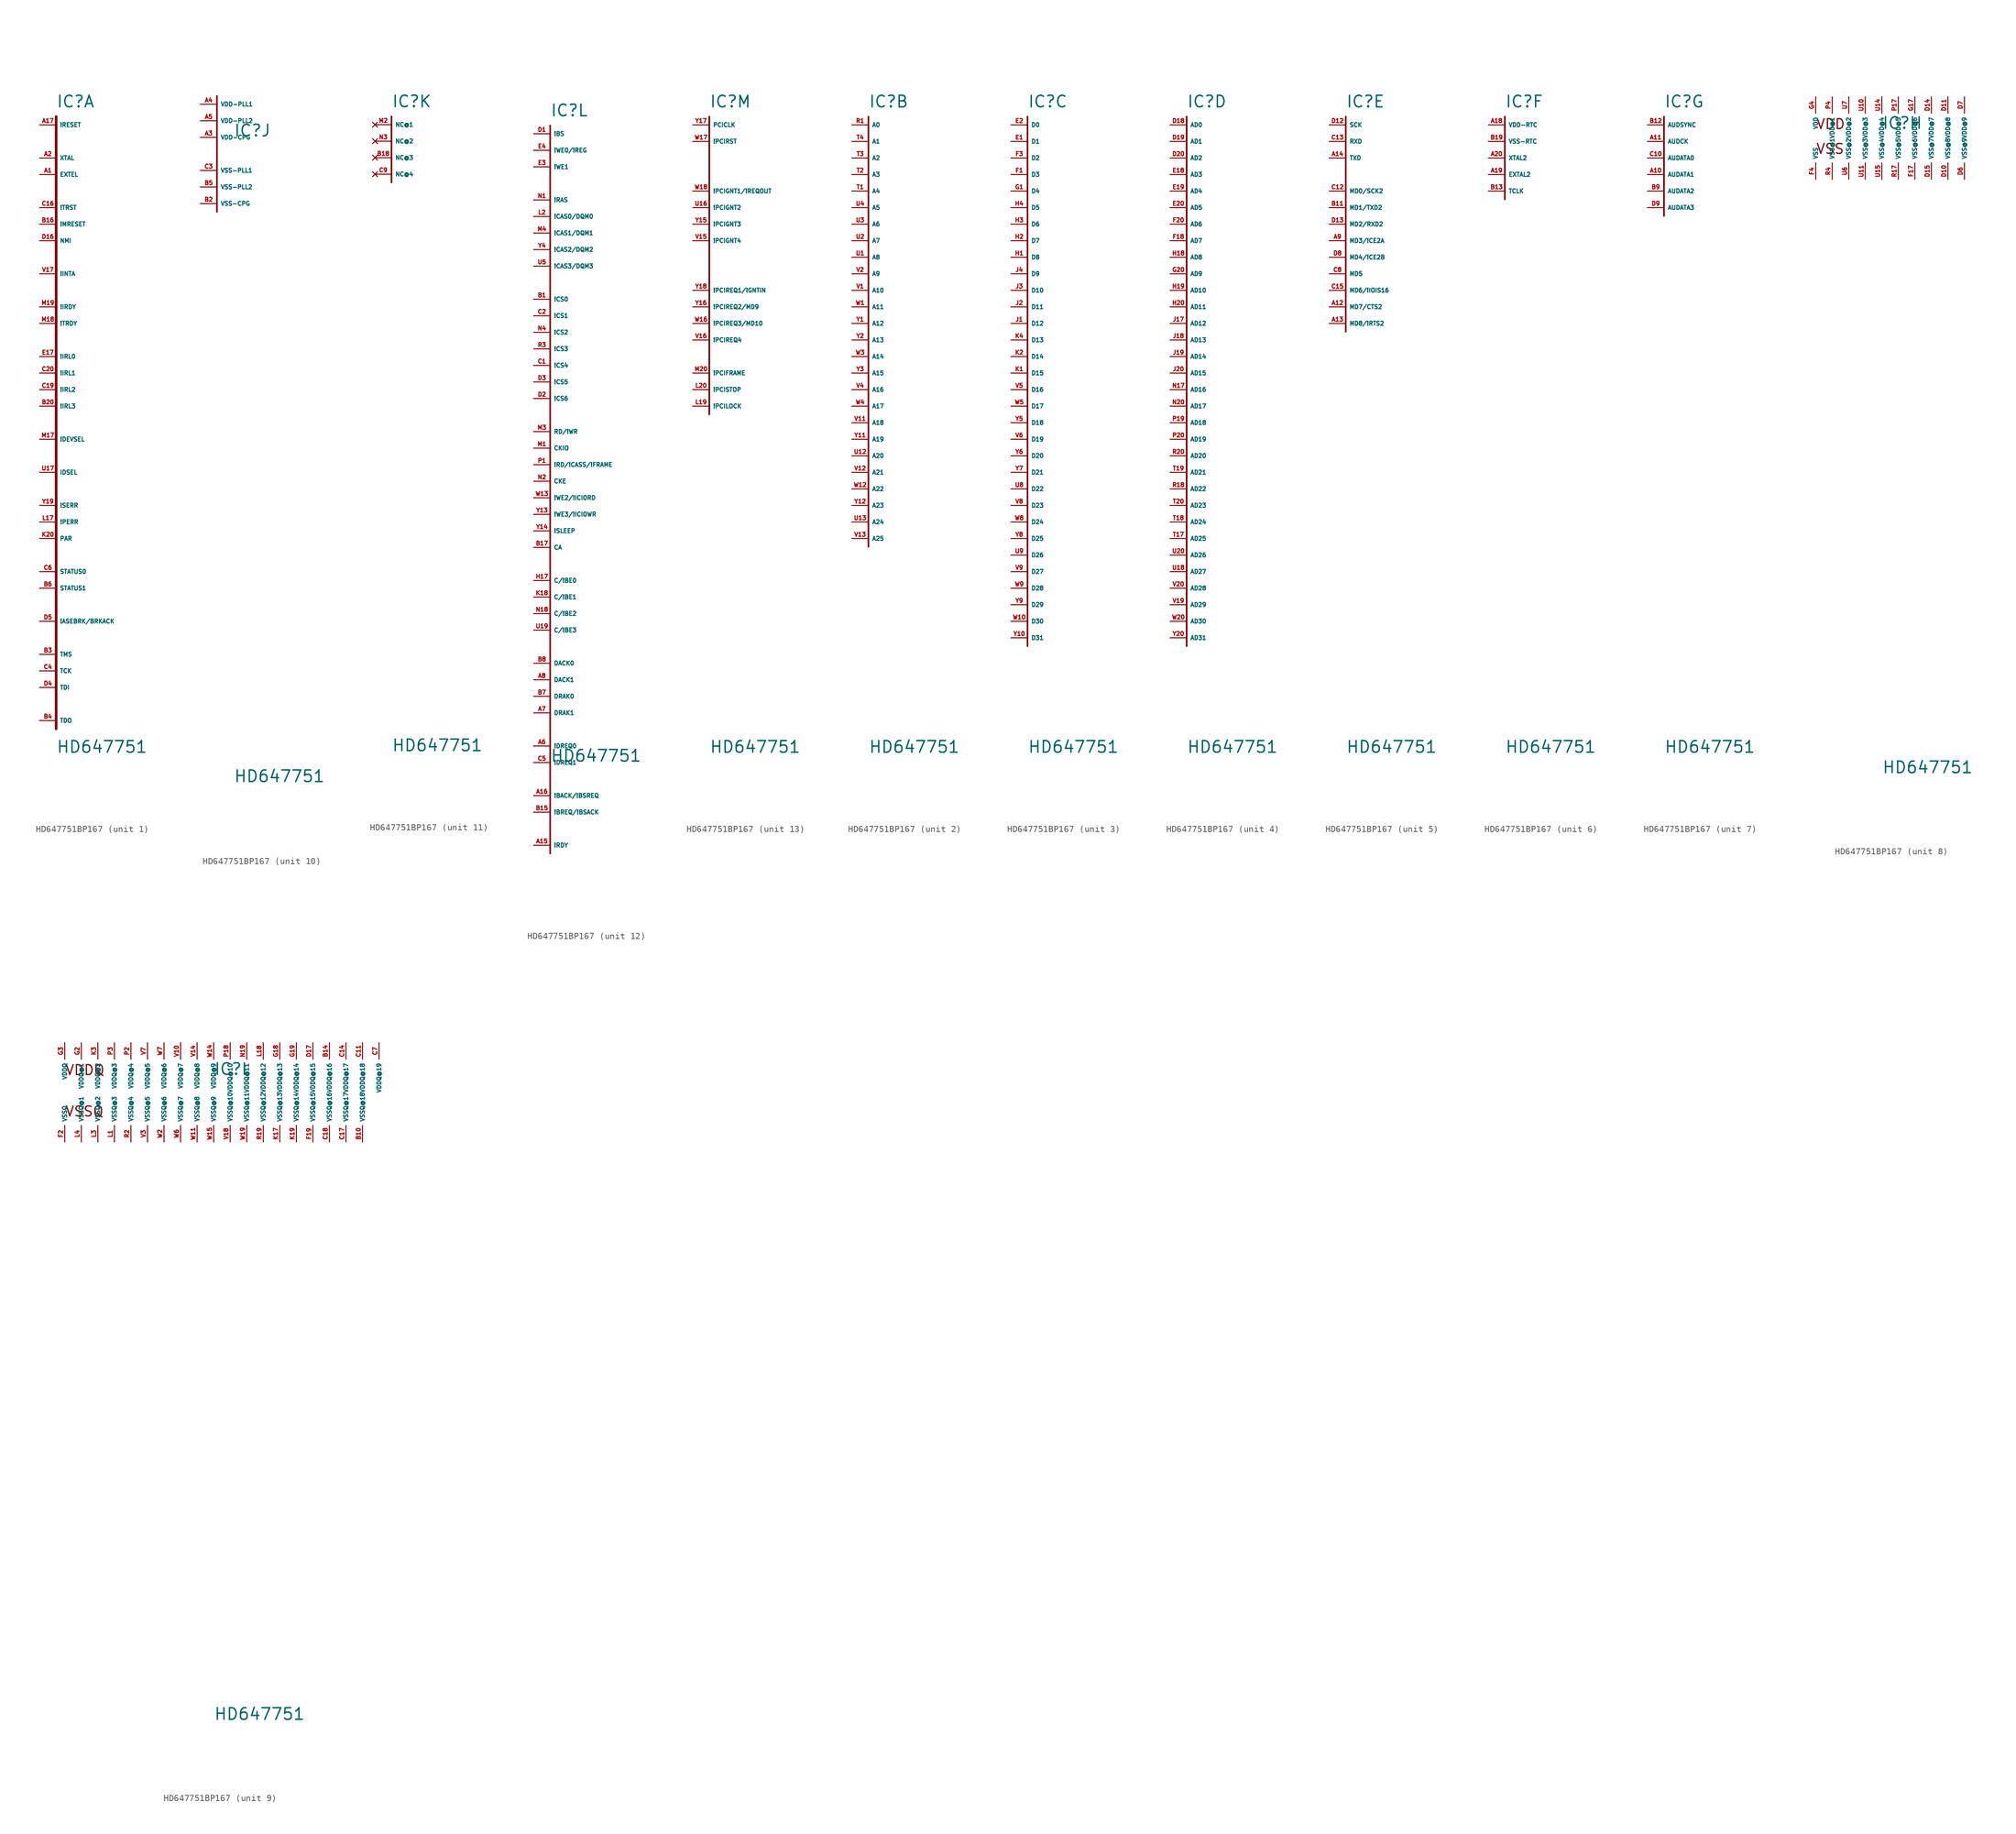
<source format=kicad_sym>
(kicad_symbol_lib
  (version 20220914)
  (generator Eagle2Kicad)
  (symbol "HD647751BP167"
    (property "Reference" "IC"
      (at 0 2.54 0)
      (effects (font (size 1.778 1.778) (thickness 0.22)) (justify left bottom)))
    (property "Value" "HD647751"
      (at 0 -96.52 0)
      (effects (font (size 1.778 1.778) (thickness 0.22)) (justify left bottom)))
    (symbol "HD647751BP167_1_0"
      (polyline (pts (xy 0 1.27) (xy 0 -92.71)) (stroke (width 0.406) (type default)) (fill (type none)))
      (pin input line (at -2.54 -81.28 0) (length 2.54) (name "TMS" (effects (font (size 0.635 0.635) (thickness 0.08)) (justify left bottom))) (number "B3" (effects (font (size 0.635 0.635) (thickness 0.08)) (justify left bottom))))
      (pin input line (at -2.54 -83.82 0) (length 2.54) (name "TCK" (effects (font (size 0.635 0.635) (thickness 0.08)) (justify left bottom))) (number "C4" (effects (font (size 0.635 0.635) (thickness 0.08)) (justify left bottom))))
      (pin input line (at -2.54 -86.36 0) (length 2.54) (name "TDI" (effects (font (size 0.635 0.635) (thickness 0.08)) (justify left bottom))) (number "D4" (effects (font (size 0.635 0.635) (thickness 0.08)) (justify left bottom))))
      (pin input line (at -2.54 -53.34 0) (length 2.54) (name "IDSEL" (effects (font (size 0.635 0.635) (thickness 0.08)) (justify left bottom))) (number "U17" (effects (font (size 0.635 0.635) (thickness 0.08)) (justify left bottom))))
      (pin output line (at -2.54 -22.86 0) (length 2.54) (name "!INTA" (effects (font (size 0.635 0.635) (thickness 0.08)) (justify left bottom))) (number "V17" (effects (font (size 0.635 0.635) (thickness 0.08)) (justify left bottom))))
      (pin bidirectional line (at -2.54 -58.42 0) (length 2.54) (name "!SERR" (effects (font (size 0.635 0.635) (thickness 0.08)) (justify left bottom))) (number "Y19" (effects (font (size 0.635 0.635) (thickness 0.08)) (justify left bottom))))
      (pin bidirectional line (at -2.54 -27.94 0) (length 2.54) (name "!IRDY" (effects (font (size 0.635 0.635) (thickness 0.08)) (justify left bottom))) (number "M19" (effects (font (size 0.635 0.635) (thickness 0.08)) (justify left bottom))))
      (pin bidirectional line (at -2.54 -30.48 0) (length 2.54) (name "!TRDY" (effects (font (size 0.635 0.635) (thickness 0.08)) (justify left bottom))) (number "M18" (effects (font (size 0.635 0.635) (thickness 0.08)) (justify left bottom))))
      (pin bidirectional line (at -2.54 -48.26 0) (length 2.54) (name "!DEVSEL" (effects (font (size 0.635 0.635) (thickness 0.08)) (justify left bottom))) (number "M17" (effects (font (size 0.635 0.635) (thickness 0.08)) (justify left bottom))))
      (pin bidirectional line (at -2.54 -60.96 0) (length 2.54) (name "!PERR" (effects (font (size 0.635 0.635) (thickness 0.08)) (justify left bottom))) (number "L17" (effects (font (size 0.635 0.635) (thickness 0.08)) (justify left bottom))))
      (pin bidirectional line (at -2.54 -63.5 0) (length 2.54) (name "PAR" (effects (font (size 0.635 0.635) (thickness 0.08)) (justify left bottom))) (number "K20" (effects (font (size 0.635 0.635) (thickness 0.08)) (justify left bottom))))
      (pin input line (at -2.54 -35.56 0) (length 2.54) (name "!IRL0" (effects (font (size 0.635 0.635) (thickness 0.08)) (justify left bottom))) (number "E17" (effects (font (size 0.635 0.635) (thickness 0.08)) (justify left bottom))))
      (pin input line (at -2.54 -38.1 0) (length 2.54) (name "!IRL1" (effects (font (size 0.635 0.635) (thickness 0.08)) (justify left bottom))) (number "C20" (effects (font (size 0.635 0.635) (thickness 0.08)) (justify left bottom))))
      (pin input line (at -2.54 -40.64 0) (length 2.54) (name "!IRL2" (effects (font (size 0.635 0.635) (thickness 0.08)) (justify left bottom))) (number "C19" (effects (font (size 0.635 0.635) (thickness 0.08)) (justify left bottom))))
      (pin input line (at -2.54 -43.18 0) (length 2.54) (name "!IRL3" (effects (font (size 0.635 0.635) (thickness 0.08)) (justify left bottom))) (number "B20" (effects (font (size 0.635 0.635) (thickness 0.08)) (justify left bottom))))
      (pin input line (at -2.54 0 0) (length 2.54) (name "!RESET" (effects (font (size 0.635 0.635) (thickness 0.08)) (justify left bottom))) (number "A17" (effects (font (size 0.635 0.635) (thickness 0.08)) (justify left bottom))))
      (pin input line (at -2.54 -12.7 0) (length 2.54) (name "!TRST" (effects (font (size 0.635 0.635) (thickness 0.08)) (justify left bottom))) (number "C16" (effects (font (size 0.635 0.635) (thickness 0.08)) (justify left bottom))))
      (pin input line (at -2.54 -15.24 0) (length 2.54) (name "!MRESET" (effects (font (size 0.635 0.635) (thickness 0.08)) (justify left bottom))) (number "B16" (effects (font (size 0.635 0.635) (thickness 0.08)) (justify left bottom))))
      (pin input line (at -2.54 -17.78 0) (length 2.54) (name "NMI" (effects (font (size 0.635 0.635) (thickness 0.08)) (justify left bottom))) (number "D16" (effects (font (size 0.635 0.635) (thickness 0.08)) (justify left bottom))))
      (pin output line (at -2.54 -68.58 0) (length 2.54) (name "STATUS0" (effects (font (size 0.635 0.635) (thickness 0.08)) (justify left bottom))) (number "C6" (effects (font (size 0.635 0.635) (thickness 0.08)) (justify left bottom))))
      (pin output line (at -2.54 -71.12 0) (length 2.54) (name "STATUS1" (effects (font (size 0.635 0.635) (thickness 0.08)) (justify left bottom))) (number "B6" (effects (font (size 0.635 0.635) (thickness 0.08)) (justify left bottom))))
      (pin bidirectional line (at -2.54 -76.2 0) (length 2.54) (name "!ASEBRK/BRKACK" (effects (font (size 0.635 0.635) (thickness 0.08)) (justify left bottom))) (number "D5" (effects (font (size 0.635 0.635) (thickness 0.08)) (justify left bottom))))
      (pin output line (at -2.54 -91.44 0) (length 2.54) (name "TDO" (effects (font (size 0.635 0.635) (thickness 0.08)) (justify left bottom))) (number "B4" (effects (font (size 0.635 0.635) (thickness 0.08)) (justify left bottom))))
      (pin output line (at -2.54 -5.08 0) (length 2.54) (name "XTAL" (effects (font (size 0.635 0.635) (thickness 0.08)) (justify left bottom))) (number "A2" (effects (font (size 0.635 0.635) (thickness 0.08)) (justify left bottom))))
      (pin input line (at -2.54 -7.62 0) (length 2.54) (name "EXTEL" (effects (font (size 0.635 0.635) (thickness 0.08)) (justify left bottom))) (number "A1" (effects (font (size 0.635 0.635) (thickness 0.08)) (justify left bottom)))))
    (symbol "HD647751BP167_2_0"
      (polyline (pts (xy 0 1.27) (xy 0 -64.77)) (stroke (width 0.254) (type default)) (fill (type none)))
      (pin output line (at -2.54 0 0) (length 2.54) (name "A0" (effects (font (size 0.635 0.635) (thickness 0.08)) (justify left bottom))) (number "R1" (effects (font (size 0.635 0.635) (thickness 0.08)) (justify left bottom))))
      (pin output line (at -2.54 -2.54 0) (length 2.54) (name "A1" (effects (font (size 0.635 0.635) (thickness 0.08)) (justify left bottom))) (number "T4" (effects (font (size 0.635 0.635) (thickness 0.08)) (justify left bottom))))
      (pin output line (at -2.54 -5.08 0) (length 2.54) (name "A2" (effects (font (size 0.635 0.635) (thickness 0.08)) (justify left bottom))) (number "T3" (effects (font (size 0.635 0.635) (thickness 0.08)) (justify left bottom))))
      (pin output line (at -2.54 -7.62 0) (length 2.54) (name "A3" (effects (font (size 0.635 0.635) (thickness 0.08)) (justify left bottom))) (number "T2" (effects (font (size 0.635 0.635) (thickness 0.08)) (justify left bottom))))
      (pin output line (at -2.54 -10.16 0) (length 2.54) (name "A4" (effects (font (size 0.635 0.635) (thickness 0.08)) (justify left bottom))) (number "T1" (effects (font (size 0.635 0.635) (thickness 0.08)) (justify left bottom))))
      (pin output line (at -2.54 -12.7 0) (length 2.54) (name "A5" (effects (font (size 0.635 0.635) (thickness 0.08)) (justify left bottom))) (number "U4" (effects (font (size 0.635 0.635) (thickness 0.08)) (justify left bottom))))
      (pin output line (at -2.54 -15.24 0) (length 2.54) (name "A6" (effects (font (size 0.635 0.635) (thickness 0.08)) (justify left bottom))) (number "U3" (effects (font (size 0.635 0.635) (thickness 0.08)) (justify left bottom))))
      (pin output line (at -2.54 -17.78 0) (length 2.54) (name "A7" (effects (font (size 0.635 0.635) (thickness 0.08)) (justify left bottom))) (number "U2" (effects (font (size 0.635 0.635) (thickness 0.08)) (justify left bottom))))
      (pin output line (at -2.54 -20.32 0) (length 2.54) (name "A8" (effects (font (size 0.635 0.635) (thickness 0.08)) (justify left bottom))) (number "U1" (effects (font (size 0.635 0.635) (thickness 0.08)) (justify left bottom))))
      (pin output line (at -2.54 -22.86 0) (length 2.54) (name "A9" (effects (font (size 0.635 0.635) (thickness 0.08)) (justify left bottom))) (number "V2" (effects (font (size 0.635 0.635) (thickness 0.08)) (justify left bottom))))
      (pin output line (at -2.54 -25.4 0) (length 2.54) (name "A10" (effects (font (size 0.635 0.635) (thickness 0.08)) (justify left bottom))) (number "V1" (effects (font (size 0.635 0.635) (thickness 0.08)) (justify left bottom))))
      (pin output line (at -2.54 -27.94 0) (length 2.54) (name "A11" (effects (font (size 0.635 0.635) (thickness 0.08)) (justify left bottom))) (number "W1" (effects (font (size 0.635 0.635) (thickness 0.08)) (justify left bottom))))
      (pin output line (at -2.54 -30.48 0) (length 2.54) (name "A12" (effects (font (size 0.635 0.635) (thickness 0.08)) (justify left bottom))) (number "Y1" (effects (font (size 0.635 0.635) (thickness 0.08)) (justify left bottom))))
      (pin output line (at -2.54 -33.02 0) (length 2.54) (name "A13" (effects (font (size 0.635 0.635) (thickness 0.08)) (justify left bottom))) (number "Y2" (effects (font (size 0.635 0.635) (thickness 0.08)) (justify left bottom))))
      (pin output line (at -2.54 -35.56 0) (length 2.54) (name "A14" (effects (font (size 0.635 0.635) (thickness 0.08)) (justify left bottom))) (number "W3" (effects (font (size 0.635 0.635) (thickness 0.08)) (justify left bottom))))
      (pin output line (at -2.54 -38.1 0) (length 2.54) (name "A15" (effects (font (size 0.635 0.635) (thickness 0.08)) (justify left bottom))) (number "Y3" (effects (font (size 0.635 0.635) (thickness 0.08)) (justify left bottom))))
      (pin output line (at -2.54 -40.64 0) (length 2.54) (name "A16" (effects (font (size 0.635 0.635) (thickness 0.08)) (justify left bottom))) (number "V4" (effects (font (size 0.635 0.635) (thickness 0.08)) (justify left bottom))))
      (pin output line (at -2.54 -43.18 0) (length 2.54) (name "A17" (effects (font (size 0.635 0.635) (thickness 0.08)) (justify left bottom))) (number "W4" (effects (font (size 0.635 0.635) (thickness 0.08)) (justify left bottom))))
      (pin output line (at -2.54 -45.72 0) (length 2.54) (name "A18" (effects (font (size 0.635 0.635) (thickness 0.08)) (justify left bottom))) (number "V11" (effects (font (size 0.635 0.635) (thickness 0.08)) (justify left bottom))))
      (pin output line (at -2.54 -48.26 0) (length 2.54) (name "A19" (effects (font (size 0.635 0.635) (thickness 0.08)) (justify left bottom))) (number "Y11" (effects (font (size 0.635 0.635) (thickness 0.08)) (justify left bottom))))
      (pin output line (at -2.54 -50.8 0) (length 2.54) (name "A20" (effects (font (size 0.635 0.635) (thickness 0.08)) (justify left bottom))) (number "U12" (effects (font (size 0.635 0.635) (thickness 0.08)) (justify left bottom))))
      (pin output line (at -2.54 -53.34 0) (length 2.54) (name "A21" (effects (font (size 0.635 0.635) (thickness 0.08)) (justify left bottom))) (number "V12" (effects (font (size 0.635 0.635) (thickness 0.08)) (justify left bottom))))
      (pin output line (at -2.54 -55.88 0) (length 2.54) (name "A22" (effects (font (size 0.635 0.635) (thickness 0.08)) (justify left bottom))) (number "W12" (effects (font (size 0.635 0.635) (thickness 0.08)) (justify left bottom))))
      (pin output line (at -2.54 -58.42 0) (length 2.54) (name "A23" (effects (font (size 0.635 0.635) (thickness 0.08)) (justify left bottom))) (number "Y12" (effects (font (size 0.635 0.635) (thickness 0.08)) (justify left bottom))))
      (pin output line (at -2.54 -60.96 0) (length 2.54) (name "A24" (effects (font (size 0.635 0.635) (thickness 0.08)) (justify left bottom))) (number "U13" (effects (font (size 0.635 0.635) (thickness 0.08)) (justify left bottom))))
      (pin output line (at -2.54 -63.5 0) (length 2.54) (name "A25" (effects (font (size 0.635 0.635) (thickness 0.08)) (justify left bottom))) (number "V13" (effects (font (size 0.635 0.635) (thickness 0.08)) (justify left bottom)))))
    (symbol "HD647751BP167_3_0"
      (polyline (pts (xy 0 1.27) (xy 0 -80.01)) (stroke (width 0.254) (type default)) (fill (type none)))
      (pin bidirectional line (at -2.54 0 0) (length 2.54) (name "D0" (effects (font (size 0.635 0.635) (thickness 0.08)) (justify left bottom))) (number "E2" (effects (font (size 0.635 0.635) (thickness 0.08)) (justify left bottom))))
      (pin bidirectional line (at -2.54 -2.54 0) (length 2.54) (name "D1" (effects (font (size 0.635 0.635) (thickness 0.08)) (justify left bottom))) (number "E1" (effects (font (size 0.635 0.635) (thickness 0.08)) (justify left bottom))))
      (pin bidirectional line (at -2.54 -5.08 0) (length 2.54) (name "D2" (effects (font (size 0.635 0.635) (thickness 0.08)) (justify left bottom))) (number "F3" (effects (font (size 0.635 0.635) (thickness 0.08)) (justify left bottom))))
      (pin bidirectional line (at -2.54 -7.62 0) (length 2.54) (name "D3" (effects (font (size 0.635 0.635) (thickness 0.08)) (justify left bottom))) (number "F1" (effects (font (size 0.635 0.635) (thickness 0.08)) (justify left bottom))))
      (pin bidirectional line (at -2.54 -10.16 0) (length 2.54) (name "D4" (effects (font (size 0.635 0.635) (thickness 0.08)) (justify left bottom))) (number "G1" (effects (font (size 0.635 0.635) (thickness 0.08)) (justify left bottom))))
      (pin bidirectional line (at -2.54 -12.7 0) (length 2.54) (name "D5" (effects (font (size 0.635 0.635) (thickness 0.08)) (justify left bottom))) (number "H4" (effects (font (size 0.635 0.635) (thickness 0.08)) (justify left bottom))))
      (pin bidirectional line (at -2.54 -15.24 0) (length 2.54) (name "D6" (effects (font (size 0.635 0.635) (thickness 0.08)) (justify left bottom))) (number "H3" (effects (font (size 0.635 0.635) (thickness 0.08)) (justify left bottom))))
      (pin bidirectional line (at -2.54 -17.78 0) (length 2.54) (name "D7" (effects (font (size 0.635 0.635) (thickness 0.08)) (justify left bottom))) (number "H2" (effects (font (size 0.635 0.635) (thickness 0.08)) (justify left bottom))))
      (pin bidirectional line (at -2.54 -20.32 0) (length 2.54) (name "D8" (effects (font (size 0.635 0.635) (thickness 0.08)) (justify left bottom))) (number "H1" (effects (font (size 0.635 0.635) (thickness 0.08)) (justify left bottom))))
      (pin bidirectional line (at -2.54 -22.86 0) (length 2.54) (name "D9" (effects (font (size 0.635 0.635) (thickness 0.08)) (justify left bottom))) (number "J4" (effects (font (size 0.635 0.635) (thickness 0.08)) (justify left bottom))))
      (pin bidirectional line (at -2.54 -25.4 0) (length 2.54) (name "D10" (effects (font (size 0.635 0.635) (thickness 0.08)) (justify left bottom))) (number "J3" (effects (font (size 0.635 0.635) (thickness 0.08)) (justify left bottom))))
      (pin bidirectional line (at -2.54 -27.94 0) (length 2.54) (name "D11" (effects (font (size 0.635 0.635) (thickness 0.08)) (justify left bottom))) (number "J2" (effects (font (size 0.635 0.635) (thickness 0.08)) (justify left bottom))))
      (pin bidirectional line (at -2.54 -30.48 0) (length 2.54) (name "D12" (effects (font (size 0.635 0.635) (thickness 0.08)) (justify left bottom))) (number "J1" (effects (font (size 0.635 0.635) (thickness 0.08)) (justify left bottom))))
      (pin bidirectional line (at -2.54 -33.02 0) (length 2.54) (name "D13" (effects (font (size 0.635 0.635) (thickness 0.08)) (justify left bottom))) (number "K4" (effects (font (size 0.635 0.635) (thickness 0.08)) (justify left bottom))))
      (pin bidirectional line (at -2.54 -35.56 0) (length 2.54) (name "D14" (effects (font (size 0.635 0.635) (thickness 0.08)) (justify left bottom))) (number "K2" (effects (font (size 0.635 0.635) (thickness 0.08)) (justify left bottom))))
      (pin bidirectional line (at -2.54 -38.1 0) (length 2.54) (name "D15" (effects (font (size 0.635 0.635) (thickness 0.08)) (justify left bottom))) (number "K1" (effects (font (size 0.635 0.635) (thickness 0.08)) (justify left bottom))))
      (pin bidirectional line (at -2.54 -40.64 0) (length 2.54) (name "D16" (effects (font (size 0.635 0.635) (thickness 0.08)) (justify left bottom))) (number "V5" (effects (font (size 0.635 0.635) (thickness 0.08)) (justify left bottom))))
      (pin bidirectional line (at -2.54 -43.18 0) (length 2.54) (name "D17" (effects (font (size 0.635 0.635) (thickness 0.08)) (justify left bottom))) (number "W5" (effects (font (size 0.635 0.635) (thickness 0.08)) (justify left bottom))))
      (pin bidirectional line (at -2.54 -45.72 0) (length 2.54) (name "D18" (effects (font (size 0.635 0.635) (thickness 0.08)) (justify left bottom))) (number "Y5" (effects (font (size 0.635 0.635) (thickness 0.08)) (justify left bottom))))
      (pin bidirectional line (at -2.54 -48.26 0) (length 2.54) (name "D19" (effects (font (size 0.635 0.635) (thickness 0.08)) (justify left bottom))) (number "V6" (effects (font (size 0.635 0.635) (thickness 0.08)) (justify left bottom))))
      (pin bidirectional line (at -2.54 -50.8 0) (length 2.54) (name "D20" (effects (font (size 0.635 0.635) (thickness 0.08)) (justify left bottom))) (number "Y6" (effects (font (size 0.635 0.635) (thickness 0.08)) (justify left bottom))))
      (pin bidirectional line (at -2.54 -53.34 0) (length 2.54) (name "D21" (effects (font (size 0.635 0.635) (thickness 0.08)) (justify left bottom))) (number "Y7" (effects (font (size 0.635 0.635) (thickness 0.08)) (justify left bottom))))
      (pin bidirectional line (at -2.54 -55.88 0) (length 2.54) (name "D22" (effects (font (size 0.635 0.635) (thickness 0.08)) (justify left bottom))) (number "U8" (effects (font (size 0.635 0.635) (thickness 0.08)) (justify left bottom))))
      (pin bidirectional line (at -2.54 -58.42 0) (length 2.54) (name "D23" (effects (font (size 0.635 0.635) (thickness 0.08)) (justify left bottom))) (number "V8" (effects (font (size 0.635 0.635) (thickness 0.08)) (justify left bottom))))
      (pin bidirectional line (at -2.54 -60.96 0) (length 2.54) (name "D24" (effects (font (size 0.635 0.635) (thickness 0.08)) (justify left bottom))) (number "W8" (effects (font (size 0.635 0.635) (thickness 0.08)) (justify left bottom))))
      (pin bidirectional line (at -2.54 -63.5 0) (length 2.54) (name "D25" (effects (font (size 0.635 0.635) (thickness 0.08)) (justify left bottom))) (number "Y8" (effects (font (size 0.635 0.635) (thickness 0.08)) (justify left bottom))))
      (pin bidirectional line (at -2.54 -66.04 0) (length 2.54) (name "D26" (effects (font (size 0.635 0.635) (thickness 0.08)) (justify left bottom))) (number "U9" (effects (font (size 0.635 0.635) (thickness 0.08)) (justify left bottom))))
      (pin bidirectional line (at -2.54 -68.58 0) (length 2.54) (name "D27" (effects (font (size 0.635 0.635) (thickness 0.08)) (justify left bottom))) (number "V9" (effects (font (size 0.635 0.635) (thickness 0.08)) (justify left bottom))))
      (pin bidirectional line (at -2.54 -71.12 0) (length 2.54) (name "D28" (effects (font (size 0.635 0.635) (thickness 0.08)) (justify left bottom))) (number "W9" (effects (font (size 0.635 0.635) (thickness 0.08)) (justify left bottom))))
      (pin bidirectional line (at -2.54 -73.66 0) (length 2.54) (name "D29" (effects (font (size 0.635 0.635) (thickness 0.08)) (justify left bottom))) (number "Y9" (effects (font (size 0.635 0.635) (thickness 0.08)) (justify left bottom))))
      (pin bidirectional line (at -2.54 -76.2 0) (length 2.54) (name "D30" (effects (font (size 0.635 0.635) (thickness 0.08)) (justify left bottom))) (number "W10" (effects (font (size 0.635 0.635) (thickness 0.08)) (justify left bottom))))
      (pin bidirectional line (at -2.54 -78.74 0) (length 2.54) (name "D31" (effects (font (size 0.635 0.635) (thickness 0.08)) (justify left bottom))) (number "Y10" (effects (font (size 0.635 0.635) (thickness 0.08)) (justify left bottom)))))
    (symbol "HD647751BP167_4_0"
      (polyline (pts (xy 0 1.27) (xy 0 -80.01)) (stroke (width 0.254) (type default)) (fill (type none)))
      (pin bidirectional line (at -2.54 0 0) (length 2.54) (name "AD0" (effects (font (size 0.635 0.635) (thickness 0.08)) (justify left bottom))) (number "D18" (effects (font (size 0.635 0.635) (thickness 0.08)) (justify left bottom))))
      (pin bidirectional line (at -2.54 -2.54 0) (length 2.54) (name "AD1" (effects (font (size 0.635 0.635) (thickness 0.08)) (justify left bottom))) (number "D19" (effects (font (size 0.635 0.635) (thickness 0.08)) (justify left bottom))))
      (pin bidirectional line (at -2.54 -5.08 0) (length 2.54) (name "AD2" (effects (font (size 0.635 0.635) (thickness 0.08)) (justify left bottom))) (number "D20" (effects (font (size 0.635 0.635) (thickness 0.08)) (justify left bottom))))
      (pin bidirectional line (at -2.54 -7.62 0) (length 2.54) (name "AD3" (effects (font (size 0.635 0.635) (thickness 0.08)) (justify left bottom))) (number "E18" (effects (font (size 0.635 0.635) (thickness 0.08)) (justify left bottom))))
      (pin bidirectional line (at -2.54 -10.16 0) (length 2.54) (name "AD4" (effects (font (size 0.635 0.635) (thickness 0.08)) (justify left bottom))) (number "E19" (effects (font (size 0.635 0.635) (thickness 0.08)) (justify left bottom))))
      (pin bidirectional line (at -2.54 -12.7 0) (length 2.54) (name "AD5" (effects (font (size 0.635 0.635) (thickness 0.08)) (justify left bottom))) (number "E20" (effects (font (size 0.635 0.635) (thickness 0.08)) (justify left bottom))))
      (pin bidirectional line (at -2.54 -15.24 0) (length 2.54) (name "AD6" (effects (font (size 0.635 0.635) (thickness 0.08)) (justify left bottom))) (number "F20" (effects (font (size 0.635 0.635) (thickness 0.08)) (justify left bottom))))
      (pin bidirectional line (at -2.54 -17.78 0) (length 2.54) (name "AD7" (effects (font (size 0.635 0.635) (thickness 0.08)) (justify left bottom))) (number "F18" (effects (font (size 0.635 0.635) (thickness 0.08)) (justify left bottom))))
      (pin bidirectional line (at -2.54 -20.32 0) (length 2.54) (name "AD8" (effects (font (size 0.635 0.635) (thickness 0.08)) (justify left bottom))) (number "H18" (effects (font (size 0.635 0.635) (thickness 0.08)) (justify left bottom))))
      (pin bidirectional line (at -2.54 -22.86 0) (length 2.54) (name "AD9" (effects (font (size 0.635 0.635) (thickness 0.08)) (justify left bottom))) (number "G20" (effects (font (size 0.635 0.635) (thickness 0.08)) (justify left bottom))))
      (pin bidirectional line (at -2.54 -25.4 0) (length 2.54) (name "AD10" (effects (font (size 0.635 0.635) (thickness 0.08)) (justify left bottom))) (number "H19" (effects (font (size 0.635 0.635) (thickness 0.08)) (justify left bottom))))
      (pin bidirectional line (at -2.54 -27.94 0) (length 2.54) (name "AD11" (effects (font (size 0.635 0.635) (thickness 0.08)) (justify left bottom))) (number "H20" (effects (font (size 0.635 0.635) (thickness 0.08)) (justify left bottom))))
      (pin bidirectional line (at -2.54 -30.48 0) (length 2.54) (name "AD12" (effects (font (size 0.635 0.635) (thickness 0.08)) (justify left bottom))) (number "J17" (effects (font (size 0.635 0.635) (thickness 0.08)) (justify left bottom))))
      (pin bidirectional line (at -2.54 -33.02 0) (length 2.54) (name "AD13" (effects (font (size 0.635 0.635) (thickness 0.08)) (justify left bottom))) (number "J18" (effects (font (size 0.635 0.635) (thickness 0.08)) (justify left bottom))))
      (pin bidirectional line (at -2.54 -35.56 0) (length 2.54) (name "AD14" (effects (font (size 0.635 0.635) (thickness 0.08)) (justify left bottom))) (number "J19" (effects (font (size 0.635 0.635) (thickness 0.08)) (justify left bottom))))
      (pin bidirectional line (at -2.54 -38.1 0) (length 2.54) (name "AD15" (effects (font (size 0.635 0.635) (thickness 0.08)) (justify left bottom))) (number "J20" (effects (font (size 0.635 0.635) (thickness 0.08)) (justify left bottom))))
      (pin bidirectional line (at -2.54 -40.64 0) (length 2.54) (name "AD16" (effects (font (size 0.635 0.635) (thickness 0.08)) (justify left bottom))) (number "N17" (effects (font (size 0.635 0.635) (thickness 0.08)) (justify left bottom))))
      (pin bidirectional line (at -2.54 -43.18 0) (length 2.54) (name "AD17" (effects (font (size 0.635 0.635) (thickness 0.08)) (justify left bottom))) (number "N20" (effects (font (size 0.635 0.635) (thickness 0.08)) (justify left bottom))))
      (pin bidirectional line (at -2.54 -45.72 0) (length 2.54) (name "AD18" (effects (font (size 0.635 0.635) (thickness 0.08)) (justify left bottom))) (number "P19" (effects (font (size 0.635 0.635) (thickness 0.08)) (justify left bottom))))
      (pin bidirectional line (at -2.54 -48.26 0) (length 2.54) (name "AD19" (effects (font (size 0.635 0.635) (thickness 0.08)) (justify left bottom))) (number "P20" (effects (font (size 0.635 0.635) (thickness 0.08)) (justify left bottom))))
      (pin bidirectional line (at -2.54 -50.8 0) (length 2.54) (name "AD20" (effects (font (size 0.635 0.635) (thickness 0.08)) (justify left bottom))) (number "R20" (effects (font (size 0.635 0.635) (thickness 0.08)) (justify left bottom))))
      (pin bidirectional line (at -2.54 -53.34 0) (length 2.54) (name "AD21" (effects (font (size 0.635 0.635) (thickness 0.08)) (justify left bottom))) (number "T19" (effects (font (size 0.635 0.635) (thickness 0.08)) (justify left bottom))))
      (pin bidirectional line (at -2.54 -55.88 0) (length 2.54) (name "AD22" (effects (font (size 0.635 0.635) (thickness 0.08)) (justify left bottom))) (number "R18" (effects (font (size 0.635 0.635) (thickness 0.08)) (justify left bottom))))
      (pin bidirectional line (at -2.54 -58.42 0) (length 2.54) (name "AD23" (effects (font (size 0.635 0.635) (thickness 0.08)) (justify left bottom))) (number "T20" (effects (font (size 0.635 0.635) (thickness 0.08)) (justify left bottom))))
      (pin bidirectional line (at -2.54 -60.96 0) (length 2.54) (name "AD24" (effects (font (size 0.635 0.635) (thickness 0.08)) (justify left bottom))) (number "T18" (effects (font (size 0.635 0.635) (thickness 0.08)) (justify left bottom))))
      (pin bidirectional line (at -2.54 -63.5 0) (length 2.54) (name "AD25" (effects (font (size 0.635 0.635) (thickness 0.08)) (justify left bottom))) (number "T17" (effects (font (size 0.635 0.635) (thickness 0.08)) (justify left bottom))))
      (pin bidirectional line (at -2.54 -66.04 0) (length 2.54) (name "AD26" (effects (font (size 0.635 0.635) (thickness 0.08)) (justify left bottom))) (number "U20" (effects (font (size 0.635 0.635) (thickness 0.08)) (justify left bottom))))
      (pin bidirectional line (at -2.54 -68.58 0) (length 2.54) (name "AD27" (effects (font (size 0.635 0.635) (thickness 0.08)) (justify left bottom))) (number "U18" (effects (font (size 0.635 0.635) (thickness 0.08)) (justify left bottom))))
      (pin bidirectional line (at -2.54 -71.12 0) (length 2.54) (name "AD28" (effects (font (size 0.635 0.635) (thickness 0.08)) (justify left bottom))) (number "V20" (effects (font (size 0.635 0.635) (thickness 0.08)) (justify left bottom))))
      (pin bidirectional line (at -2.54 -73.66 0) (length 2.54) (name "AD29" (effects (font (size 0.635 0.635) (thickness 0.08)) (justify left bottom))) (number "V19" (effects (font (size 0.635 0.635) (thickness 0.08)) (justify left bottom))))
      (pin bidirectional line (at -2.54 -76.2 0) (length 2.54) (name "AD30" (effects (font (size 0.635 0.635) (thickness 0.08)) (justify left bottom))) (number "W20" (effects (font (size 0.635 0.635) (thickness 0.08)) (justify left bottom))))
      (pin bidirectional line (at -2.54 -78.74 0) (length 2.54) (name "AD31" (effects (font (size 0.635 0.635) (thickness 0.08)) (justify left bottom))) (number "Y20" (effects (font (size 0.635 0.635) (thickness 0.08)) (justify left bottom)))))
    (symbol "HD647751BP167_5_0"
      (polyline (pts (xy 0 1.27) (xy 0 -31.75)) (stroke (width 0.254) (type default)) (fill (type none)))
      (pin output line (at -2.54 -5.08 0) (length 2.54) (name "TXD" (effects (font (size 0.635 0.635) (thickness 0.08)) (justify left bottom))) (number "A14" (effects (font (size 0.635 0.635) (thickness 0.08)) (justify left bottom))))
      (pin input line (at -2.54 -15.24 0) (length 2.54) (name "MD2/RXD2" (effects (font (size 0.635 0.635) (thickness 0.08)) (justify left bottom))) (number "D13" (effects (font (size 0.635 0.635) (thickness 0.08)) (justify left bottom))))
      (pin input line (at -2.54 -2.54 0) (length 2.54) (name "RXD" (effects (font (size 0.635 0.635) (thickness 0.08)) (justify left bottom))) (number "C13" (effects (font (size 0.635 0.635) (thickness 0.08)) (justify left bottom))))
      (pin bidirectional line (at -2.54 -30.48 0) (length 2.54) (name "MD8/!RTS2" (effects (font (size 0.635 0.635) (thickness 0.08)) (justify left bottom))) (number "A13" (effects (font (size 0.635 0.635) (thickness 0.08)) (justify left bottom))))
      (pin bidirectional line (at -2.54 0 0) (length 2.54) (name "SCK" (effects (font (size 0.635 0.635) (thickness 0.08)) (justify left bottom))) (number "D12" (effects (font (size 0.635 0.635) (thickness 0.08)) (justify left bottom))))
      (pin bidirectional line (at -2.54 -12.7 0) (length 2.54) (name "MD1/TXD2" (effects (font (size 0.635 0.635) (thickness 0.08)) (justify left bottom))) (number "B11" (effects (font (size 0.635 0.635) (thickness 0.08)) (justify left bottom))))
      (pin bidirectional line (at -2.54 -10.16 0) (length 2.54) (name "MD0/SCK2" (effects (font (size 0.635 0.635) (thickness 0.08)) (justify left bottom))) (number "C12" (effects (font (size 0.635 0.635) (thickness 0.08)) (justify left bottom))))
      (pin bidirectional line (at -2.54 -27.94 0) (length 2.54) (name "MD7/CTS2" (effects (font (size 0.635 0.635) (thickness 0.08)) (justify left bottom))) (number "A12" (effects (font (size 0.635 0.635) (thickness 0.08)) (justify left bottom))))
      (pin bidirectional line (at -2.54 -17.78 0) (length 2.54) (name "MD3/!CE2A" (effects (font (size 0.635 0.635) (thickness 0.08)) (justify left bottom))) (number "A9" (effects (font (size 0.635 0.635) (thickness 0.08)) (justify left bottom))))
      (pin bidirectional line (at -2.54 -20.32 0) (length 2.54) (name "MD4/!CE2B" (effects (font (size 0.635 0.635) (thickness 0.08)) (justify left bottom))) (number "D8" (effects (font (size 0.635 0.635) (thickness 0.08)) (justify left bottom))))
      (pin input line (at -2.54 -22.86 0) (length 2.54) (name "MD5" (effects (font (size 0.635 0.635) (thickness 0.08)) (justify left bottom))) (number "C8" (effects (font (size 0.635 0.635) (thickness 0.08)) (justify left bottom))))
      (pin input line (at -2.54 -25.4 0) (length 2.54) (name "MD6/!IOIS16" (effects (font (size 0.635 0.635) (thickness 0.08)) (justify left bottom))) (number "C15" (effects (font (size 0.635 0.635) (thickness 0.08)) (justify left bottom)))))
    (symbol "HD647751BP167_6_0"
      (polyline (pts (xy 0 1.27) (xy 0 -11.43)) (stroke (width 0.254) (type default)) (fill (type none)))
      (pin output line (at -2.54 -5.08 0) (length 2.54) (name "XTAL2" (effects (font (size 0.635 0.635) (thickness 0.08)) (justify left bottom))) (number "A20" (effects (font (size 0.635 0.635) (thickness 0.08)) (justify left bottom))))
      (pin input line (at -2.54 -7.62 0) (length 2.54) (name "EXTAL2" (effects (font (size 0.635 0.635) (thickness 0.08)) (justify left bottom))) (number "A19" (effects (font (size 0.635 0.635) (thickness 0.08)) (justify left bottom))))
      (pin unspecified line (at -2.54 0 0) (length 2.54) (name "VDD-RTC" (effects (font (size 0.635 0.635) (thickness 0.08)) (justify left bottom))) (number "A18" (effects (font (size 0.635 0.635) (thickness 0.08)) (justify left bottom))))
      (pin unspecified line (at -2.54 -2.54 0) (length 2.54) (name "VSS-RTC" (effects (font (size 0.635 0.635) (thickness 0.08)) (justify left bottom))) (number "B19" (effects (font (size 0.635 0.635) (thickness 0.08)) (justify left bottom))))
      (pin bidirectional line (at -2.54 -10.16 0) (length 2.54) (name "TCLK" (effects (font (size 0.635 0.635) (thickness 0.08)) (justify left bottom))) (number "B13" (effects (font (size 0.635 0.635) (thickness 0.08)) (justify left bottom)))))
    (symbol "HD647751BP167_7_0"
      (polyline (pts (xy 0 1.27) (xy 0 -13.97)) (stroke (width 0.254) (type default)) (fill (type none)))
      (pin passive line (at -2.54 0 0) (length 2.54) (name "AUDSYNC" (effects (font (size 0.635 0.635) (thickness 0.08)) (justify left bottom))) (number "B12" (effects (font (size 0.635 0.635) (thickness 0.08)) (justify left bottom))))
      (pin passive line (at -2.54 -2.54 0) (length 2.54) (name "AUDCK" (effects (font (size 0.635 0.635) (thickness 0.08)) (justify left bottom))) (number "A11" (effects (font (size 0.635 0.635) (thickness 0.08)) (justify left bottom))))
      (pin passive line (at -2.54 -5.08 0) (length 2.54) (name "AUDATA0" (effects (font (size 0.635 0.635) (thickness 0.08)) (justify left bottom))) (number "C10" (effects (font (size 0.635 0.635) (thickness 0.08)) (justify left bottom))))
      (pin passive line (at -2.54 -7.62 0) (length 2.54) (name "AUDATA1" (effects (font (size 0.635 0.635) (thickness 0.08)) (justify left bottom))) (number "A10" (effects (font (size 0.635 0.635) (thickness 0.08)) (justify left bottom))))
      (pin passive line (at -2.54 -10.16 0) (length 2.54) (name "AUDATA2" (effects (font (size 0.635 0.635) (thickness 0.08)) (justify left bottom))) (number "B9" (effects (font (size 0.635 0.635) (thickness 0.08)) (justify left bottom))))
      (pin passive line (at -2.54 -12.7 0) (length 2.54) (name "AUDATA3" (effects (font (size 0.635 0.635) (thickness 0.08)) (justify left bottom))) (number "D9" (effects (font (size 0.635 0.635) (thickness 0.08)) (justify left bottom)))))
    (symbol "HD647751BP167_8_0"
      (text "VDD" (at -10.16 2.54 0) (effects (font (size 1.524 1.524) (thickness 0.19)) (justify left bottom)))
      (text "VSS" (at -10.16 -1.27 0) (effects (font (size 1.524 1.524) (thickness 0.19)) (justify left bottom)))
      (pin unspecified line (at -10.16 7.62 270) (length 2.54) (name "VDD" (effects (font (size 0.635 0.635) (thickness 0.08)) (justify left bottom))) (number "G4" (effects (font (size 0.635 0.635) (thickness 0.08)) (justify left bottom))))
      (pin unspecified line (at -10.16 -5.08 90) (length 2.54) (name "VSS" (effects (font (size 0.635 0.635) (thickness 0.08)) (justify left bottom))) (number "F4" (effects (font (size 0.635 0.635) (thickness 0.08)) (justify left bottom))))
      (pin unspecified line (at -7.62 7.62 270) (length 2.54) (name "VDD@1" (effects (font (size 0.635 0.635) (thickness 0.08)) (justify left bottom))) (number "P4" (effects (font (size 0.635 0.635) (thickness 0.08)) (justify left bottom))))
      (pin unspecified line (at -7.62 -5.08 90) (length 2.54) (name "VSS@1" (effects (font (size 0.635 0.635) (thickness 0.08)) (justify left bottom))) (number "R4" (effects (font (size 0.635 0.635) (thickness 0.08)) (justify left bottom))))
      (pin unspecified line (at -5.08 7.62 270) (length 2.54) (name "VDD@2" (effects (font (size 0.635 0.635) (thickness 0.08)) (justify left bottom))) (number "U7" (effects (font (size 0.635 0.635) (thickness 0.08)) (justify left bottom))))
      (pin unspecified line (at -5.08 -5.08 90) (length 2.54) (name "VSS@2" (effects (font (size 0.635 0.635) (thickness 0.08)) (justify left bottom))) (number "U6" (effects (font (size 0.635 0.635) (thickness 0.08)) (justify left bottom))))
      (pin unspecified line (at -2.54 7.62 270) (length 2.54) (name "VDD@3" (effects (font (size 0.635 0.635) (thickness 0.08)) (justify left bottom))) (number "U10" (effects (font (size 0.635 0.635) (thickness 0.08)) (justify left bottom))))
      (pin unspecified line (at -2.54 -5.08 90) (length 2.54) (name "VSS@3" (effects (font (size 0.635 0.635) (thickness 0.08)) (justify left bottom))) (number "U11" (effects (font (size 0.635 0.635) (thickness 0.08)) (justify left bottom))))
      (pin unspecified line (at 0 7.62 270) (length 2.54) (name "VDD@4" (effects (font (size 0.635 0.635) (thickness 0.08)) (justify left bottom))) (number "U14" (effects (font (size 0.635 0.635) (thickness 0.08)) (justify left bottom))))
      (pin unspecified line (at 0 -5.08 90) (length 2.54) (name "VSS@4" (effects (font (size 0.635 0.635) (thickness 0.08)) (justify left bottom))) (number "U15" (effects (font (size 0.635 0.635) (thickness 0.08)) (justify left bottom))))
      (pin unspecified line (at 2.54 7.62 270) (length 2.54) (name "VDD@5" (effects (font (size 0.635 0.635) (thickness 0.08)) (justify left bottom))) (number "P17" (effects (font (size 0.635 0.635) (thickness 0.08)) (justify left bottom))))
      (pin unspecified line (at 2.54 -5.08 90) (length 2.54) (name "VSS@5" (effects (font (size 0.635 0.635) (thickness 0.08)) (justify left bottom))) (number "R17" (effects (font (size 0.635 0.635) (thickness 0.08)) (justify left bottom))))
      (pin unspecified line (at 5.08 7.62 270) (length 2.54) (name "VDD@6" (effects (font (size 0.635 0.635) (thickness 0.08)) (justify left bottom))) (number "G17" (effects (font (size 0.635 0.635) (thickness 0.08)) (justify left bottom))))
      (pin unspecified line (at 5.08 -5.08 90) (length 2.54) (name "VSS@6" (effects (font (size 0.635 0.635) (thickness 0.08)) (justify left bottom))) (number "F17" (effects (font (size 0.635 0.635) (thickness 0.08)) (justify left bottom))))
      (pin unspecified line (at 7.62 7.62 270) (length 2.54) (name "VDD@7" (effects (font (size 0.635 0.635) (thickness 0.08)) (justify left bottom))) (number "D14" (effects (font (size 0.635 0.635) (thickness 0.08)) (justify left bottom))))
      (pin unspecified line (at 7.62 -5.08 90) (length 2.54) (name "VSS@7" (effects (font (size 0.635 0.635) (thickness 0.08)) (justify left bottom))) (number "D15" (effects (font (size 0.635 0.635) (thickness 0.08)) (justify left bottom))))
      (pin unspecified line (at 10.16 7.62 270) (length 2.54) (name "VDD@8" (effects (font (size 0.635 0.635) (thickness 0.08)) (justify left bottom))) (number "D11" (effects (font (size 0.635 0.635) (thickness 0.08)) (justify left bottom))))
      (pin unspecified line (at 10.16 -5.08 90) (length 2.54) (name "VSS@8" (effects (font (size 0.635 0.635) (thickness 0.08)) (justify left bottom))) (number "D10" (effects (font (size 0.635 0.635) (thickness 0.08)) (justify left bottom))))
      (pin unspecified line (at 12.7 7.62 270) (length 2.54) (name "VDD@9" (effects (font (size 0.635 0.635) (thickness 0.08)) (justify left bottom))) (number "D7" (effects (font (size 0.635 0.635) (thickness 0.08)) (justify left bottom))))
      (pin unspecified line (at 12.7 -5.08 90) (length 2.54) (name "VSS@9" (effects (font (size 0.635 0.635) (thickness 0.08)) (justify left bottom))) (number "D6" (effects (font (size 0.635 0.635) (thickness 0.08)) (justify left bottom)))))
    (symbol "HD647751BP167_9_0"
      (text "VDDQ" (at -22.86 2.54 0) (effects (font (size 1.524 1.524) (thickness 0.19)) (justify left bottom)))
      (text "VSSQ" (at -22.86 -3.81 0) (effects (font (size 1.524 1.524) (thickness 0.19)) (justify left bottom)))
      (pin unspecified line (at -22.86 7.62 270) (length 2.54) (name "VDDQ" (effects (font (size 0.635 0.635) (thickness 0.08)) (justify left bottom))) (number "G3" (effects (font (size 0.635 0.635) (thickness 0.08)) (justify left bottom))))
      (pin unspecified line (at -22.86 -7.62 90) (length 2.54) (name "VSSQ" (effects (font (size 0.635 0.635) (thickness 0.08)) (justify left bottom))) (number "F2" (effects (font (size 0.635 0.635) (thickness 0.08)) (justify left bottom))))
      (pin unspecified line (at -20.32 7.62 270) (length 2.54) (name "VDDQ@1" (effects (font (size 0.635 0.635) (thickness 0.08)) (justify left bottom))) (number "G2" (effects (font (size 0.635 0.635) (thickness 0.08)) (justify left bottom))))
      (pin unspecified line (at -20.32 -7.62 90) (length 2.54) (name "VSSQ@1" (effects (font (size 0.635 0.635) (thickness 0.08)) (justify left bottom))) (number "L4" (effects (font (size 0.635 0.635) (thickness 0.08)) (justify left bottom))))
      (pin unspecified line (at -17.78 7.62 270) (length 2.54) (name "VDDQ@2" (effects (font (size 0.635 0.635) (thickness 0.08)) (justify left bottom))) (number "K3" (effects (font (size 0.635 0.635) (thickness 0.08)) (justify left bottom))))
      (pin unspecified line (at -17.78 -7.62 90) (length 2.54) (name "VSSQ@2" (effects (font (size 0.635 0.635) (thickness 0.08)) (justify left bottom))) (number "L3" (effects (font (size 0.635 0.635) (thickness 0.08)) (justify left bottom))))
      (pin unspecified line (at -15.24 7.62 270) (length 2.54) (name "VDDQ@3" (effects (font (size 0.635 0.635) (thickness 0.08)) (justify left bottom))) (number "P3" (effects (font (size 0.635 0.635) (thickness 0.08)) (justify left bottom))))
      (pin unspecified line (at -15.24 -7.62 90) (length 2.54) (name "VSSQ@3" (effects (font (size 0.635 0.635) (thickness 0.08)) (justify left bottom))) (number "L1" (effects (font (size 0.635 0.635) (thickness 0.08)) (justify left bottom))))
      (pin unspecified line (at -12.7 7.62 270) (length 2.54) (name "VDDQ@4" (effects (font (size 0.635 0.635) (thickness 0.08)) (justify left bottom))) (number "P2" (effects (font (size 0.635 0.635) (thickness 0.08)) (justify left bottom))))
      (pin unspecified line (at -12.7 -7.62 90) (length 2.54) (name "VSSQ@4" (effects (font (size 0.635 0.635) (thickness 0.08)) (justify left bottom))) (number "R2" (effects (font (size 0.635 0.635) (thickness 0.08)) (justify left bottom))))
      (pin unspecified line (at -10.16 7.62 270) (length 2.54) (name "VDDQ@5" (effects (font (size 0.635 0.635) (thickness 0.08)) (justify left bottom))) (number "V7" (effects (font (size 0.635 0.635) (thickness 0.08)) (justify left bottom))))
      (pin unspecified line (at -10.16 -7.62 90) (length 2.54) (name "VSSQ@5" (effects (font (size 0.635 0.635) (thickness 0.08)) (justify left bottom))) (number "V3" (effects (font (size 0.635 0.635) (thickness 0.08)) (justify left bottom))))
      (pin unspecified line (at -7.62 7.62 270) (length 2.54) (name "VDDQ@6" (effects (font (size 0.635 0.635) (thickness 0.08)) (justify left bottom))) (number "W7" (effects (font (size 0.635 0.635) (thickness 0.08)) (justify left bottom))))
      (pin unspecified line (at -7.62 -7.62 90) (length 2.54) (name "VSSQ@6" (effects (font (size 0.635 0.635) (thickness 0.08)) (justify left bottom))) (number "W2" (effects (font (size 0.635 0.635) (thickness 0.08)) (justify left bottom))))
      (pin unspecified line (at -5.08 7.62 270) (length 2.54) (name "VDDQ@7" (effects (font (size 0.635 0.635) (thickness 0.08)) (justify left bottom))) (number "V10" (effects (font (size 0.635 0.635) (thickness 0.08)) (justify left bottom))))
      (pin unspecified line (at -5.08 -7.62 90) (length 2.54) (name "VSSQ@7" (effects (font (size 0.635 0.635) (thickness 0.08)) (justify left bottom))) (number "W6" (effects (font (size 0.635 0.635) (thickness 0.08)) (justify left bottom))))
      (pin unspecified line (at -2.54 7.62 270) (length 2.54) (name "VDDQ@8" (effects (font (size 0.635 0.635) (thickness 0.08)) (justify left bottom))) (number "V14" (effects (font (size 0.635 0.635) (thickness 0.08)) (justify left bottom))))
      (pin unspecified line (at -2.54 -7.62 90) (length 2.54) (name "VSSQ@8" (effects (font (size 0.635 0.635) (thickness 0.08)) (justify left bottom))) (number "W11" (effects (font (size 0.635 0.635) (thickness 0.08)) (justify left bottom))))
      (pin unspecified line (at 0 7.62 270) (length 2.54) (name "VDDQ@9" (effects (font (size 0.635 0.635) (thickness 0.08)) (justify left bottom))) (number "W14" (effects (font (size 0.635 0.635) (thickness 0.08)) (justify left bottom))))
      (pin unspecified line (at 0 -7.62 90) (length 2.54) (name "VSSQ@9" (effects (font (size 0.635 0.635) (thickness 0.08)) (justify left bottom))) (number "W15" (effects (font (size 0.635 0.635) (thickness 0.08)) (justify left bottom))))
      (pin unspecified line (at 2.54 7.62 270) (length 2.54) (name "VDDQ@10" (effects (font (size 0.635 0.635) (thickness 0.08)) (justify left bottom))) (number "P18" (effects (font (size 0.635 0.635) (thickness 0.08)) (justify left bottom))))
      (pin unspecified line (at 2.54 -7.62 90) (length 2.54) (name "VSSQ@10" (effects (font (size 0.635 0.635) (thickness 0.08)) (justify left bottom))) (number "V18" (effects (font (size 0.635 0.635) (thickness 0.08)) (justify left bottom))))
      (pin unspecified line (at 5.08 7.62 270) (length 2.54) (name "VDDQ@11" (effects (font (size 0.635 0.635) (thickness 0.08)) (justify left bottom))) (number "N19" (effects (font (size 0.635 0.635) (thickness 0.08)) (justify left bottom))))
      (pin unspecified line (at 5.08 -7.62 90) (length 2.54) (name "VSSQ@11" (effects (font (size 0.635 0.635) (thickness 0.08)) (justify left bottom))) (number "W19" (effects (font (size 0.635 0.635) (thickness 0.08)) (justify left bottom))))
      (pin unspecified line (at 7.62 7.62 270) (length 2.54) (name "VDDQ@12" (effects (font (size 0.635 0.635) (thickness 0.08)) (justify left bottom))) (number "L18" (effects (font (size 0.635 0.635) (thickness 0.08)) (justify left bottom))))
      (pin unspecified line (at 7.62 -7.62 90) (length 2.54) (name "VSSQ@12" (effects (font (size 0.635 0.635) (thickness 0.08)) (justify left bottom))) (number "R19" (effects (font (size 0.635 0.635) (thickness 0.08)) (justify left bottom))))
      (pin unspecified line (at 10.16 7.62 270) (length 2.54) (name "VDDQ@13" (effects (font (size 0.635 0.635) (thickness 0.08)) (justify left bottom))) (number "G18" (effects (font (size 0.635 0.635) (thickness 0.08)) (justify left bottom))))
      (pin unspecified line (at 10.16 -7.62 90) (length 2.54) (name "VSSQ@13" (effects (font (size 0.635 0.635) (thickness 0.08)) (justify left bottom))) (number "K17" (effects (font (size 0.635 0.635) (thickness 0.08)) (justify left bottom))))
      (pin unspecified line (at 12.7 7.62 270) (length 2.54) (name "VDDQ@14" (effects (font (size 0.635 0.635) (thickness 0.08)) (justify left bottom))) (number "G19" (effects (font (size 0.635 0.635) (thickness 0.08)) (justify left bottom))))
      (pin unspecified line (at 15.24 7.62 270) (length 2.54) (name "VDDQ@15" (effects (font (size 0.635 0.635) (thickness 0.08)) (justify left bottom))) (number "D17" (effects (font (size 0.635 0.635) (thickness 0.08)) (justify left bottom))))
      (pin unspecified line (at 12.7 -7.62 90) (length 2.54) (name "VSSQ@14" (effects (font (size 0.635 0.635) (thickness 0.08)) (justify left bottom))) (number "K19" (effects (font (size 0.635 0.635) (thickness 0.08)) (justify left bottom))))
      (pin unspecified line (at 17.78 7.62 270) (length 2.54) (name "VDDQ@16" (effects (font (size 0.635 0.635) (thickness 0.08)) (justify left bottom))) (number "B14" (effects (font (size 0.635 0.635) (thickness 0.08)) (justify left bottom))))
      (pin unspecified line (at 15.24 -7.62 90) (length 2.54) (name "VSSQ@15" (effects (font (size 0.635 0.635) (thickness 0.08)) (justify left bottom))) (number "F19" (effects (font (size 0.635 0.635) (thickness 0.08)) (justify left bottom))))
      (pin unspecified line (at 20.32 7.62 270) (length 2.54) (name "VDDQ@17" (effects (font (size 0.635 0.635) (thickness 0.08)) (justify left bottom))) (number "C14" (effects (font (size 0.635 0.635) (thickness 0.08)) (justify left bottom))))
      (pin unspecified line (at 17.78 -7.62 90) (length 2.54) (name "VSSQ@16" (effects (font (size 0.635 0.635) (thickness 0.08)) (justify left bottom))) (number "C18" (effects (font (size 0.635 0.635) (thickness 0.08)) (justify left bottom))))
      (pin unspecified line (at 22.86 7.62 270) (length 2.54) (name "VDDQ@18" (effects (font (size 0.635 0.635) (thickness 0.08)) (justify left bottom))) (number "C11" (effects (font (size 0.635 0.635) (thickness 0.08)) (justify left bottom))))
      (pin unspecified line (at 20.32 -7.62 90) (length 2.54) (name "VSSQ@17" (effects (font (size 0.635 0.635) (thickness 0.08)) (justify left bottom))) (number "C17" (effects (font (size 0.635 0.635) (thickness 0.08)) (justify left bottom))))
      (pin unspecified line (at 25.4 7.62 270) (length 2.54) (name "VDDQ@19" (effects (font (size 0.635 0.635) (thickness 0.08)) (justify left bottom))) (number "C7" (effects (font (size 0.635 0.635) (thickness 0.08)) (justify left bottom))))
      (pin unspecified line (at 22.86 -7.62 90) (length 2.54) (name "VSSQ@18" (effects (font (size 0.635 0.635) (thickness 0.08)) (justify left bottom))) (number "B10" (effects (font (size 0.635 0.635) (thickness 0.08)) (justify left bottom)))))
    (symbol "HD647751BP167_10_0"
      (polyline (pts (xy -2.54 8.89) (xy -2.54 -8.89)) (stroke (width 0.254) (type default)) (fill (type none)))
      (pin unspecified line (at -5.08 5.08 0) (length 2.54) (name "VDD-PLL2" (effects (font (size 0.635 0.635) (thickness 0.08)) (justify left bottom))) (number "A5" (effects (font (size 0.635 0.635) (thickness 0.08)) (justify left bottom))))
      (pin unspecified line (at -5.08 -5.08 0) (length 2.54) (name "VSS-PLL2" (effects (font (size 0.635 0.635) (thickness 0.08)) (justify left bottom))) (number "B5" (effects (font (size 0.635 0.635) (thickness 0.08)) (justify left bottom))))
      (pin unspecified line (at -5.08 -2.54 0) (length 2.54) (name "VSS-PLL1" (effects (font (size 0.635 0.635) (thickness 0.08)) (justify left bottom))) (number "C3" (effects (font (size 0.635 0.635) (thickness 0.08)) (justify left bottom))))
      (pin unspecified line (at -5.08 7.62 0) (length 2.54) (name "VDD-PLL1" (effects (font (size 0.635 0.635) (thickness 0.08)) (justify left bottom))) (number "A4" (effects (font (size 0.635 0.635) (thickness 0.08)) (justify left bottom))))
      (pin unspecified line (at -5.08 2.54 0) (length 2.54) (name "VDD-CPG" (effects (font (size 0.635 0.635) (thickness 0.08)) (justify left bottom))) (number "A3" (effects (font (size 0.635 0.635) (thickness 0.08)) (justify left bottom))))
      (pin unspecified line (at -5.08 -7.62 0) (length 2.54) (name "VSS-CPG" (effects (font (size 0.635 0.635) (thickness 0.08)) (justify left bottom))) (number "B2" (effects (font (size 0.635 0.635) (thickness 0.08)) (justify left bottom)))))
    (symbol "HD647751BP167_11_0"
      (polyline (pts (xy 0 1.27) (xy 0 -8.89)) (stroke (width 0.254) (type default)) (fill (type none)))
      (pin no_connect line (at -2.54 0 0) (length 2.54) (name "NC@1" (effects (font (size 0.635 0.635) (thickness 0.08)) (justify left bottom) hide)) (number "M2" (effects (font (size 0.635 0.635) (thickness 0.08)) (justify left bottom) hide)))
      (pin no_connect line (at -2.54 -2.54 0) (length 2.54) (name "NC@2" (effects (font (size 0.635 0.635) (thickness 0.08)) (justify left bottom) hide)) (number "N3" (effects (font (size 0.635 0.635) (thickness 0.08)) (justify left bottom) hide)))
      (pin no_connect line (at -2.54 -5.08 0) (length 2.54) (name "NC@3" (effects (font (size 0.635 0.635) (thickness 0.08)) (justify left bottom) hide)) (number "B18" (effects (font (size 0.635 0.635) (thickness 0.08)) (justify left bottom) hide)))
      (pin no_connect line (at -2.54 -7.62 0) (length 2.54) (name "NC@4" (effects (font (size 0.635 0.635) (thickness 0.08)) (justify left bottom) hide)) (number "C9" (effects (font (size 0.635 0.635) (thickness 0.08)) (justify left bottom) hide))))
    (symbol "HD647751BP167_12_0"
      (polyline (pts (xy 0 1.27) (xy 0 -110.49)) (stroke (width 0.254) (type default)) (fill (type none)))
      (pin output line (at -2.54 -25.4 0) (length 2.54) (name "!CS0" (effects (font (size 0.635 0.635) (thickness 0.08)) (justify left bottom))) (number "B1" (effects (font (size 0.635 0.635) (thickness 0.08)) (justify left bottom))))
      (pin output line (at -2.54 -27.94 0) (length 2.54) (name "!CS1" (effects (font (size 0.635 0.635) (thickness 0.08)) (justify left bottom))) (number "C2" (effects (font (size 0.635 0.635) (thickness 0.08)) (justify left bottom))))
      (pin output line (at -2.54 -30.48 0) (length 2.54) (name "!CS2" (effects (font (size 0.635 0.635) (thickness 0.08)) (justify left bottom))) (number "N4" (effects (font (size 0.635 0.635) (thickness 0.08)) (justify left bottom))))
      (pin output line (at -2.54 -33.02 0) (length 2.54) (name "!CS3" (effects (font (size 0.635 0.635) (thickness 0.08)) (justify left bottom))) (number "R3" (effects (font (size 0.635 0.635) (thickness 0.08)) (justify left bottom))))
      (pin output line (at -2.54 -35.56 0) (length 2.54) (name "!CS4" (effects (font (size 0.635 0.635) (thickness 0.08)) (justify left bottom))) (number "C1" (effects (font (size 0.635 0.635) (thickness 0.08)) (justify left bottom))))
      (pin output line (at -2.54 -38.1 0) (length 2.54) (name "!CS5" (effects (font (size 0.635 0.635) (thickness 0.08)) (justify left bottom))) (number "D3" (effects (font (size 0.635 0.635) (thickness 0.08)) (justify left bottom))))
      (pin output line (at -2.54 -40.64 0) (length 2.54) (name "!CS6" (effects (font (size 0.635 0.635) (thickness 0.08)) (justify left bottom))) (number "D2" (effects (font (size 0.635 0.635) (thickness 0.08)) (justify left bottom))))
      (pin output line (at -2.54 0 0) (length 2.54) (name "!BS" (effects (font (size 0.635 0.635) (thickness 0.08)) (justify left bottom))) (number "D1" (effects (font (size 0.635 0.635) (thickness 0.08)) (justify left bottom))))
      (pin output line (at -2.54 -2.54 0) (length 2.54) (name "!WE0/!REG" (effects (font (size 0.635 0.635) (thickness 0.08)) (justify left bottom))) (number "E4" (effects (font (size 0.635 0.635) (thickness 0.08)) (justify left bottom))))
      (pin output line (at -2.54 -5.08 0) (length 2.54) (name "!WE1" (effects (font (size 0.635 0.635) (thickness 0.08)) (justify left bottom))) (number "E3" (effects (font (size 0.635 0.635) (thickness 0.08)) (justify left bottom))))
      (pin output line (at -2.54 -12.7 0) (length 2.54) (name "!CAS0/DQM0" (effects (font (size 0.635 0.635) (thickness 0.08)) (justify left bottom))) (number "L2" (effects (font (size 0.635 0.635) (thickness 0.08)) (justify left bottom))))
      (pin output line (at -2.54 -15.24 0) (length 2.54) (name "!CAS1/DQM1" (effects (font (size 0.635 0.635) (thickness 0.08)) (justify left bottom))) (number "M4" (effects (font (size 0.635 0.635) (thickness 0.08)) (justify left bottom))))
      (pin output line (at -2.54 -45.72 0) (length 2.54) (name "RD/!WR" (effects (font (size 0.635 0.635) (thickness 0.08)) (justify left bottom))) (number "M3" (effects (font (size 0.635 0.635) (thickness 0.08)) (justify left bottom))))
      (pin output line (at -2.54 -48.26 0) (length 2.54) (name "CKIO" (effects (font (size 0.635 0.635) (thickness 0.08)) (justify left bottom))) (number "M1" (effects (font (size 0.635 0.635) (thickness 0.08)) (justify left bottom))))
      (pin output line (at -2.54 -50.8 0) (length 2.54) (name "!RD/!CASS/!FRAME" (effects (font (size 0.635 0.635) (thickness 0.08)) (justify left bottom))) (number "P1" (effects (font (size 0.635 0.635) (thickness 0.08)) (justify left bottom))))
      (pin output line (at -2.54 -53.34 0) (length 2.54) (name "CKE" (effects (font (size 0.635 0.635) (thickness 0.08)) (justify left bottom))) (number "N2" (effects (font (size 0.635 0.635) (thickness 0.08)) (justify left bottom))))
      (pin output line (at -2.54 -10.16 0) (length 2.54) (name "!RAS" (effects (font (size 0.635 0.635) (thickness 0.08)) (justify left bottom))) (number "N1" (effects (font (size 0.635 0.635) (thickness 0.08)) (justify left bottom))))
      (pin output line (at -2.54 -17.78 0) (length 2.54) (name "!CAS2/DQM2" (effects (font (size 0.635 0.635) (thickness 0.08)) (justify left bottom))) (number "Y4" (effects (font (size 0.635 0.635) (thickness 0.08)) (justify left bottom))))
      (pin output line (at -2.54 -20.32 0) (length 2.54) (name "!CAS3/DQM3" (effects (font (size 0.635 0.635) (thickness 0.08)) (justify left bottom))) (number "U5" (effects (font (size 0.635 0.635) (thickness 0.08)) (justify left bottom))))
      (pin output line (at -2.54 -55.88 0) (length 2.54) (name "!WE2/!ICIORD" (effects (font (size 0.635 0.635) (thickness 0.08)) (justify left bottom))) (number "W13" (effects (font (size 0.635 0.635) (thickness 0.08)) (justify left bottom))))
      (pin output line (at -2.54 -58.42 0) (length 2.54) (name "!WE3/!ICIOWR" (effects (font (size 0.635 0.635) (thickness 0.08)) (justify left bottom))) (number "Y13" (effects (font (size 0.635 0.635) (thickness 0.08)) (justify left bottom))))
      (pin input line (at -2.54 -60.96 0) (length 2.54) (name "!SLEEP" (effects (font (size 0.635 0.635) (thickness 0.08)) (justify left bottom))) (number "Y14" (effects (font (size 0.635 0.635) (thickness 0.08)) (justify left bottom))))
      (pin bidirectional line (at -2.54 -76.2 0) (length 2.54) (name "C/!BE3" (effects (font (size 0.635 0.635) (thickness 0.08)) (justify left bottom))) (number "U19" (effects (font (size 0.635 0.635) (thickness 0.08)) (justify left bottom))))
      (pin bidirectional line (at -2.54 -73.66 0) (length 2.54) (name "C/!BE2" (effects (font (size 0.635 0.635) (thickness 0.08)) (justify left bottom))) (number "N18" (effects (font (size 0.635 0.635) (thickness 0.08)) (justify left bottom))))
      (pin bidirectional line (at -2.54 -71.12 0) (length 2.54) (name "C/!BE1" (effects (font (size 0.635 0.635) (thickness 0.08)) (justify left bottom))) (number "K18" (effects (font (size 0.635 0.635) (thickness 0.08)) (justify left bottom))))
      (pin bidirectional line (at -2.54 -68.58 0) (length 2.54) (name "C/!BE0" (effects (font (size 0.635 0.635) (thickness 0.08)) (justify left bottom))) (number "H17" (effects (font (size 0.635 0.635) (thickness 0.08)) (justify left bottom))))
      (pin input line (at -2.54 -63.5 0) (length 2.54) (name "CA" (effects (font (size 0.635 0.635) (thickness 0.08)) (justify left bottom))) (number "B17" (effects (font (size 0.635 0.635) (thickness 0.08)) (justify left bottom))))
      (pin output line (at -2.54 -101.6 0) (length 2.54) (name "!BACK/!BSREQ" (effects (font (size 0.635 0.635) (thickness 0.08)) (justify left bottom))) (number "A16" (effects (font (size 0.635 0.635) (thickness 0.08)) (justify left bottom))))
      (pin input line (at -2.54 -104.14 0) (length 2.54) (name "!BREQ/!BSACK" (effects (font (size 0.635 0.635) (thickness 0.08)) (justify left bottom))) (number "B15" (effects (font (size 0.635 0.635) (thickness 0.08)) (justify left bottom))))
      (pin input line (at -2.54 -109.22 0) (length 2.54) (name "!RDY" (effects (font (size 0.635 0.635) (thickness 0.08)) (justify left bottom))) (number "A15" (effects (font (size 0.635 0.635) (thickness 0.08)) (justify left bottom))))
      (pin output line (at -2.54 -81.28 0) (length 2.54) (name "DACK0" (effects (font (size 0.635 0.635) (thickness 0.08)) (justify left bottom))) (number "B8" (effects (font (size 0.635 0.635) (thickness 0.08)) (justify left bottom))))
      (pin output line (at -2.54 -83.82 0) (length 2.54) (name "DACK1" (effects (font (size 0.635 0.635) (thickness 0.08)) (justify left bottom))) (number "A8" (effects (font (size 0.635 0.635) (thickness 0.08)) (justify left bottom))))
      (pin output line (at -2.54 -86.36 0) (length 2.54) (name "DRAK0" (effects (font (size 0.635 0.635) (thickness 0.08)) (justify left bottom))) (number "B7" (effects (font (size 0.635 0.635) (thickness 0.08)) (justify left bottom))))
      (pin output line (at -2.54 -88.9 0) (length 2.54) (name "DRAK1" (effects (font (size 0.635 0.635) (thickness 0.08)) (justify left bottom))) (number "A7" (effects (font (size 0.635 0.635) (thickness 0.08)) (justify left bottom))))
      (pin input line (at -2.54 -93.98 0) (length 2.54) (name "!DREQ0" (effects (font (size 0.635 0.635) (thickness 0.08)) (justify left bottom))) (number "A6" (effects (font (size 0.635 0.635) (thickness 0.08)) (justify left bottom))))
      (pin input line (at -2.54 -96.52 0) (length 2.54) (name "!DREQ1" (effects (font (size 0.635 0.635) (thickness 0.08)) (justify left bottom))) (number "C5" (effects (font (size 0.635 0.635) (thickness 0.08)) (justify left bottom)))))
    (symbol "HD647751BP167_13_0"
      (polyline (pts (xy 0 1.27) (xy 0 -44.45)) (stroke (width 0.254) (type default)) (fill (type none)))
      (pin output line (at -2.54 -10.16 0) (length 2.54) (name "!PCIGNT1/!REQOUT" (effects (font (size 0.635 0.635) (thickness 0.08)) (justify left bottom))) (number "W18" (effects (font (size 0.635 0.635) (thickness 0.08)) (justify left bottom))))
      (pin output line (at -2.54 -12.7 0) (length 2.54) (name "!PCIGNT2" (effects (font (size 0.635 0.635) (thickness 0.08)) (justify left bottom))) (number "U16" (effects (font (size 0.635 0.635) (thickness 0.08)) (justify left bottom))))
      (pin output line (at -2.54 -15.24 0) (length 2.54) (name "!PCIGNT3" (effects (font (size 0.635 0.635) (thickness 0.08)) (justify left bottom))) (number "Y15" (effects (font (size 0.635 0.635) (thickness 0.08)) (justify left bottom))))
      (pin output line (at -2.54 -17.78 0) (length 2.54) (name "!PCIGNT4" (effects (font (size 0.635 0.635) (thickness 0.08)) (justify left bottom))) (number "V15" (effects (font (size 0.635 0.635) (thickness 0.08)) (justify left bottom))))
      (pin input line (at -2.54 -25.4 0) (length 2.54) (name "!PCIREQ1/!GNTIN" (effects (font (size 0.635 0.635) (thickness 0.08)) (justify left bottom))) (number "Y18" (effects (font (size 0.635 0.635) (thickness 0.08)) (justify left bottom))))
      (pin input line (at -2.54 -27.94 0) (length 2.54) (name "!PCIREQ2/MD9" (effects (font (size 0.635 0.635) (thickness 0.08)) (justify left bottom))) (number "Y16" (effects (font (size 0.635 0.635) (thickness 0.08)) (justify left bottom))))
      (pin input line (at -2.54 -30.48 0) (length 2.54) (name "!PCIREQ3/MD10" (effects (font (size 0.635 0.635) (thickness 0.08)) (justify left bottom))) (number "W16" (effects (font (size 0.635 0.635) (thickness 0.08)) (justify left bottom))))
      (pin input line (at -2.54 -33.02 0) (length 2.54) (name "!PCIREQ4" (effects (font (size 0.635 0.635) (thickness 0.08)) (justify left bottom))) (number "V16" (effects (font (size 0.635 0.635) (thickness 0.08)) (justify left bottom))))
      (pin output line (at -2.54 -2.54 0) (length 2.54) (name "!PCIRST" (effects (font (size 0.635 0.635) (thickness 0.08)) (justify left bottom))) (number "W17" (effects (font (size 0.635 0.635) (thickness 0.08)) (justify left bottom))))
      (pin input line (at -2.54 0 0) (length 2.54) (name "PCICLK" (effects (font (size 0.635 0.635) (thickness 0.08)) (justify left bottom))) (number "Y17" (effects (font (size 0.635 0.635) (thickness 0.08)) (justify left bottom))))
      (pin bidirectional line (at -2.54 -38.1 0) (length 2.54) (name "!PCIFRAME" (effects (font (size 0.635 0.635) (thickness 0.08)) (justify left bottom))) (number "M20" (effects (font (size 0.635 0.635) (thickness 0.08)) (justify left bottom))))
      (pin bidirectional line (at -2.54 -40.64 0) (length 2.54) (name "!PCISTOP" (effects (font (size 0.635 0.635) (thickness 0.08)) (justify left bottom))) (number "L20" (effects (font (size 0.635 0.635) (thickness 0.08)) (justify left bottom))))
      (pin bidirectional line (at -2.54 -43.18 0) (length 2.54) (name "!PCILOCK" (effects (font (size 0.635 0.635) (thickness 0.08)) (justify left bottom))) (number "L19" (effects (font (size 0.635 0.635) (thickness 0.08)) (justify left bottom)))))))
</source>
